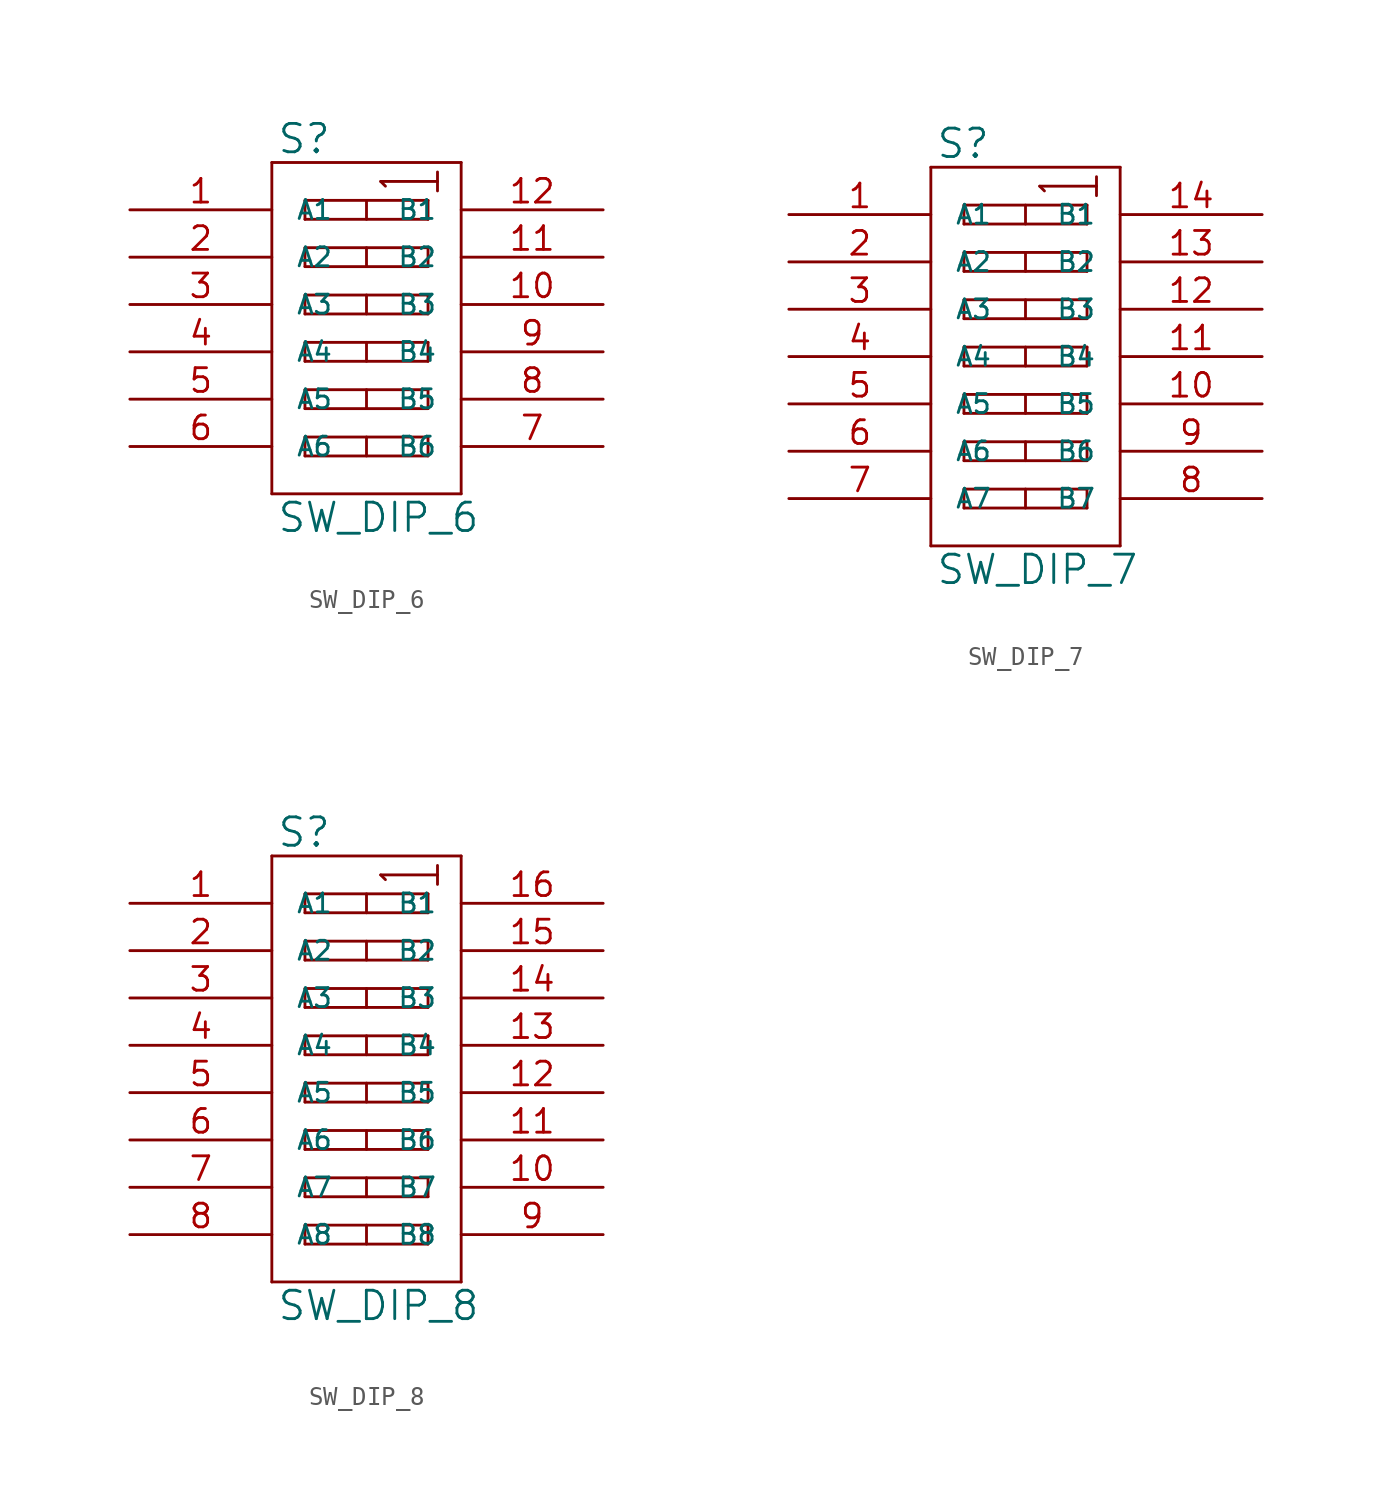
<source format=kicad_sym>
(kicad_symbol_lib
  (version 20231120)
  (generator "kicad_symbol_editor")
  (generator_version "8.0")
  (symbol "SW_DIP_6"
    (pin_names
      (offset 1.27))
    (property "Reference" "S"
      (at 0.254 0.381 0)
      (effects (font (size 1.524 1.524)) (justify left bottom)))
    (property "Value" "SW_DIP_6"
      (at 0.254 -18.161 0)
      (effects (font (size 1.524 1.524)) (justify left top)))
    (symbol "SW_DIP_6_0_1"
      (polyline (pts (xy 0 -17.78) (xy 10.16 -17.78)) (stroke (width 0) (type solid)) (fill (type none)))
      (polyline (pts (xy 0 0) (xy 0 -17.78)) (stroke (width 0) (type solid)) (fill (type none)))
      (polyline (pts (xy 1.778 -15.748) (xy 1.778 -14.732)) (stroke (width 0) (type solid)) (fill (type none)))
      (polyline (pts (xy 1.778 -14.732) (xy 8.382 -14.732)) (stroke (width 0) (type solid)) (fill (type none)))
      (polyline (pts (xy 1.778 -13.208) (xy 1.778 -12.192)) (stroke (width 0) (type solid)) (fill (type none)))
      (polyline (pts (xy 1.778 -12.192) (xy 8.382 -12.192)) (stroke (width 0) (type solid)) (fill (type none)))
      (polyline (pts (xy 1.778 -10.668) (xy 1.778 -9.652)) (stroke (width 0) (type solid)) (fill (type none)))
      (polyline (pts (xy 1.778 -9.652) (xy 8.382 -9.652)) (stroke (width 0) (type solid)) (fill (type none)))
      (polyline (pts (xy 1.778 -8.128) (xy 1.778 -7.112)) (stroke (width 0) (type solid)) (fill (type none)))
      (polyline (pts (xy 1.778 -7.112) (xy 8.382 -7.112)) (stroke (width 0) (type solid)) (fill (type none)))
      (polyline (pts (xy 1.778 -5.588) (xy 1.778 -4.572)) (stroke (width 0) (type solid)) (fill (type none)))
      (polyline (pts (xy 1.778 -4.572) (xy 8.382 -4.572)) (stroke (width 0) (type solid)) (fill (type none)))
      (polyline (pts (xy 1.778 -3.048) (xy 1.778 -2.032)) (stroke (width 0) (type solid)) (fill (type none)))
      (polyline (pts (xy 1.778 -2.032) (xy 8.382 -2.032)) (stroke (width 0) (type solid)) (fill (type none)))
      (polyline (pts (xy 5.08 -14.732) (xy 5.08 -15.748)) (stroke (width 0) (type solid)) (fill (type none)))
      (polyline (pts (xy 5.08 -12.192) (xy 5.08 -13.208)) (stroke (width 0) (type solid)) (fill (type none)))
      (polyline (pts (xy 5.08 -9.652) (xy 5.08 -10.668)) (stroke (width 0) (type solid)) (fill (type none)))
      (polyline (pts (xy 5.08 -7.112) (xy 5.08 -8.128)) (stroke (width 0) (type solid)) (fill (type none)))
      (polyline (pts (xy 5.08 -4.572) (xy 5.08 -5.588)) (stroke (width 0) (type solid)) (fill (type none)))
      (polyline (pts (xy 5.08 -2.032) (xy 5.08 -3.048)) (stroke (width 0) (type solid)) (fill (type none)))
      (polyline (pts (xy 5.842 -1.016) (xy 8.89 -1.016)) (stroke (width 0) (type solid)) (fill (type none)))
      (polyline (pts (xy 6.096 -1.27) (xy 5.842 -1.016)) (stroke (width 0) (type solid)) (fill (type none)))
      (polyline (pts (xy 8.382 -15.748) (xy 1.778 -15.748)) (stroke (width 0) (type solid)) (fill (type none)))
      (polyline (pts (xy 8.382 -14.732) (xy 8.382 -15.748)) (stroke (width 0) (type solid)) (fill (type none)))
      (polyline (pts (xy 8.382 -13.208) (xy 1.778 -13.208)) (stroke (width 0) (type solid)) (fill (type none)))
      (polyline (pts (xy 8.382 -12.192) (xy 8.382 -13.208)) (stroke (width 0) (type solid)) (fill (type none)))
      (polyline (pts (xy 8.382 -10.668) (xy 1.778 -10.668)) (stroke (width 0) (type solid)) (fill (type none)))
      (polyline (pts (xy 8.382 -9.652) (xy 8.382 -10.668)) (stroke (width 0) (type solid)) (fill (type none)))
      (polyline (pts (xy 8.382 -8.128) (xy 1.778 -8.128)) (stroke (width 0) (type solid)) (fill (type none)))
      (polyline (pts (xy 8.382 -7.112) (xy 8.382 -8.128)) (stroke (width 0) (type solid)) (fill (type none)))
      (polyline (pts (xy 8.382 -5.588) (xy 1.778 -5.588)) (stroke (width 0) (type solid)) (fill (type none)))
      (polyline (pts (xy 8.382 -4.572) (xy 8.382 -5.588)) (stroke (width 0) (type solid)) (fill (type none)))
      (polyline (pts (xy 8.382 -3.048) (xy 1.778 -3.048)) (stroke (width 0) (type solid)) (fill (type none)))
      (polyline (pts (xy 8.382 -2.032) (xy 8.382 -3.048)) (stroke (width 0) (type solid)) (fill (type none)))
      (polyline (pts (xy 8.89 -0.508) (xy 8.89 -1.524)) (stroke (width 0) (type solid)) (fill (type none)))
      (polyline (pts (xy 10.16 -17.78) (xy 10.16 0)) (stroke (width 0) (type solid)) (fill (type none)))
      (polyline (pts (xy 10.16 0) (xy 0 0)) (stroke (width 0) (type solid)) (fill (type none))))
    (symbol "SW_DIP_6_1_1"
      (pin passive line (at -7.62 -2.54 0) (length 7.62) (name "A1" (effects (font (size 1.016 1.016)))) (number "1" (effects (font (size 1.27 1.27)))))
      (pin passive line (at 17.78 -7.62 180) (length 7.62) (name "B3" (effects (font (size 1.016 1.016)))) (number "10" (effects (font (size 1.27 1.27)))))
      (pin passive line (at 17.78 -5.08 180) (length 7.62) (name "B2" (effects (font (size 1.016 1.016)))) (number "11" (effects (font (size 1.27 1.27)))))
      (pin passive line (at 17.78 -2.54 180) (length 7.62) (name "B1" (effects (font (size 1.016 1.016)))) (number "12" (effects (font (size 1.27 1.27)))))
      (pin passive line (at -7.62 -5.08 0) (length 7.62) (name "A2" (effects (font (size 1.016 1.016)))) (number "2" (effects (font (size 1.27 1.27)))))
      (pin passive line (at -7.62 -7.62 0) (length 7.62) (name "A3" (effects (font (size 1.016 1.016)))) (number "3" (effects (font (size 1.27 1.27)))))
      (pin passive line (at -7.62 -10.16 0) (length 7.62) (name "A4" (effects (font (size 1.016 1.016)))) (number "4" (effects (font (size 1.27 1.27)))))
      (pin passive line (at -7.62 -12.7 0) (length 7.62) (name "A5" (effects (font (size 1.016 1.016)))) (number "5" (effects (font (size 1.27 1.27)))))
      (pin passive line (at -7.62 -15.24 0) (length 7.62) (name "A6" (effects (font (size 1.016 1.016)))) (number "6" (effects (font (size 1.27 1.27)))))
      (pin passive line (at 17.78 -15.24 180) (length 7.62) (name "B6" (effects (font (size 1.016 1.016)))) (number "7" (effects (font (size 1.27 1.27)))))
      (pin passive line (at 17.78 -12.7 180) (length 7.62) (name "B5" (effects (font (size 1.016 1.016)))) (number "8" (effects (font (size 1.27 1.27)))))
      (pin passive line (at 17.78 -10.16 180) (length 7.62) (name "B4" (effects (font (size 1.016 1.016)))) (number "9" (effects (font (size 1.27 1.27)))))))
  (symbol "SW_DIP_7"
    (pin_names
      (offset 1.27))
    (property "Reference" "S"
      (at 0.254 0.381 0)
      (effects (font (size 1.524 1.524)) (justify left bottom)))
    (property "Value" "SW_DIP_7"
      (at 0.254 -20.701 0)
      (effects (font (size 1.524 1.524)) (justify left top)))
    (symbol "SW_DIP_7_0_1"
      (polyline (pts (xy 0 -20.32) (xy 10.16 -20.32)) (stroke (width 0) (type solid)) (fill (type none)))
      (polyline (pts (xy 0 0) (xy 0 -20.32)) (stroke (width 0) (type solid)) (fill (type none)))
      (polyline (pts (xy 1.778 -18.288) (xy 1.778 -17.272)) (stroke (width 0) (type solid)) (fill (type none)))
      (polyline (pts (xy 1.778 -17.272) (xy 8.382 -17.272)) (stroke (width 0) (type solid)) (fill (type none)))
      (polyline (pts (xy 1.778 -15.748) (xy 1.778 -14.732)) (stroke (width 0) (type solid)) (fill (type none)))
      (polyline (pts (xy 1.778 -14.732) (xy 8.382 -14.732)) (stroke (width 0) (type solid)) (fill (type none)))
      (polyline (pts (xy 1.778 -13.208) (xy 1.778 -12.192)) (stroke (width 0) (type solid)) (fill (type none)))
      (polyline (pts (xy 1.778 -12.192) (xy 8.382 -12.192)) (stroke (width 0) (type solid)) (fill (type none)))
      (polyline (pts (xy 1.778 -10.668) (xy 1.778 -9.652)) (stroke (width 0) (type solid)) (fill (type none)))
      (polyline (pts (xy 1.778 -9.652) (xy 8.382 -9.652)) (stroke (width 0) (type solid)) (fill (type none)))
      (polyline (pts (xy 1.778 -8.128) (xy 1.778 -7.112)) (stroke (width 0) (type solid)) (fill (type none)))
      (polyline (pts (xy 1.778 -7.112) (xy 8.382 -7.112)) (stroke (width 0) (type solid)) (fill (type none)))
      (polyline (pts (xy 1.778 -5.588) (xy 1.778 -4.572)) (stroke (width 0) (type solid)) (fill (type none)))
      (polyline (pts (xy 1.778 -4.572) (xy 8.382 -4.572)) (stroke (width 0) (type solid)) (fill (type none)))
      (polyline (pts (xy 1.778 -3.048) (xy 1.778 -2.032)) (stroke (width 0) (type solid)) (fill (type none)))
      (polyline (pts (xy 1.778 -2.032) (xy 8.382 -2.032)) (stroke (width 0) (type solid)) (fill (type none)))
      (polyline (pts (xy 5.08 -17.272) (xy 5.08 -18.288)) (stroke (width 0) (type solid)) (fill (type none)))
      (polyline (pts (xy 5.08 -14.732) (xy 5.08 -15.748)) (stroke (width 0) (type solid)) (fill (type none)))
      (polyline (pts (xy 5.08 -12.192) (xy 5.08 -13.208)) (stroke (width 0) (type solid)) (fill (type none)))
      (polyline (pts (xy 5.08 -9.652) (xy 5.08 -10.668)) (stroke (width 0) (type solid)) (fill (type none)))
      (polyline (pts (xy 5.08 -7.112) (xy 5.08 -8.128)) (stroke (width 0) (type solid)) (fill (type none)))
      (polyline (pts (xy 5.08 -4.572) (xy 5.08 -5.588)) (stroke (width 0) (type solid)) (fill (type none)))
      (polyline (pts (xy 5.08 -2.032) (xy 5.08 -3.048)) (stroke (width 0) (type solid)) (fill (type none)))
      (polyline (pts (xy 5.842 -1.016) (xy 8.89 -1.016)) (stroke (width 0) (type solid)) (fill (type none)))
      (polyline (pts (xy 6.096 -1.27) (xy 5.842 -1.016)) (stroke (width 0) (type solid)) (fill (type none)))
      (polyline (pts (xy 8.382 -18.288) (xy 1.778 -18.288)) (stroke (width 0) (type solid)) (fill (type none)))
      (polyline (pts (xy 8.382 -17.272) (xy 8.382 -18.288)) (stroke (width 0) (type solid)) (fill (type none)))
      (polyline (pts (xy 8.382 -15.748) (xy 1.778 -15.748)) (stroke (width 0) (type solid)) (fill (type none)))
      (polyline (pts (xy 8.382 -14.732) (xy 8.382 -15.748)) (stroke (width 0) (type solid)) (fill (type none)))
      (polyline (pts (xy 8.382 -13.208) (xy 1.778 -13.208)) (stroke (width 0) (type solid)) (fill (type none)))
      (polyline (pts (xy 8.382 -12.192) (xy 8.382 -13.208)) (stroke (width 0) (type solid)) (fill (type none)))
      (polyline (pts (xy 8.382 -10.668) (xy 1.778 -10.668)) (stroke (width 0) (type solid)) (fill (type none)))
      (polyline (pts (xy 8.382 -9.652) (xy 8.382 -10.668)) (stroke (width 0) (type solid)) (fill (type none)))
      (polyline (pts (xy 8.382 -8.128) (xy 1.778 -8.128)) (stroke (width 0) (type solid)) (fill (type none)))
      (polyline (pts (xy 8.382 -7.112) (xy 8.382 -8.128)) (stroke (width 0) (type solid)) (fill (type none)))
      (polyline (pts (xy 8.382 -5.588) (xy 1.778 -5.588)) (stroke (width 0) (type solid)) (fill (type none)))
      (polyline (pts (xy 8.382 -4.572) (xy 8.382 -5.588)) (stroke (width 0) (type solid)) (fill (type none)))
      (polyline (pts (xy 8.382 -3.048) (xy 1.778 -3.048)) (stroke (width 0) (type solid)) (fill (type none)))
      (polyline (pts (xy 8.382 -2.032) (xy 8.382 -3.048)) (stroke (width 0) (type solid)) (fill (type none)))
      (polyline (pts (xy 8.89 -0.508) (xy 8.89 -1.524)) (stroke (width 0) (type solid)) (fill (type none)))
      (polyline (pts (xy 10.16 -20.32) (xy 10.16 0)) (stroke (width 0) (type solid)) (fill (type none)))
      (polyline (pts (xy 10.16 0) (xy 0 0)) (stroke (width 0) (type solid)) (fill (type none))))
    (symbol "SW_DIP_7_1_1"
      (pin passive line (at -7.62 -2.54 0) (length 7.62) (name "A1" (effects (font (size 1.016 1.016)))) (number "1" (effects (font (size 1.27 1.27)))))
      (pin passive line (at 17.78 -12.7 180) (length 7.62) (name "B5" (effects (font (size 1.016 1.016)))) (number "10" (effects (font (size 1.27 1.27)))))
      (pin passive line (at 17.78 -10.16 180) (length 7.62) (name "B4" (effects (font (size 1.016 1.016)))) (number "11" (effects (font (size 1.27 1.27)))))
      (pin passive line (at 17.78 -7.62 180) (length 7.62) (name "B3" (effects (font (size 1.016 1.016)))) (number "12" (effects (font (size 1.27 1.27)))))
      (pin passive line (at 17.78 -5.08 180) (length 7.62) (name "B2" (effects (font (size 1.016 1.016)))) (number "13" (effects (font (size 1.27 1.27)))))
      (pin passive line (at 17.78 -2.54 180) (length 7.62) (name "B1" (effects (font (size 1.016 1.016)))) (number "14" (effects (font (size 1.27 1.27)))))
      (pin passive line (at -7.62 -5.08 0) (length 7.62) (name "A2" (effects (font (size 1.016 1.016)))) (number "2" (effects (font (size 1.27 1.27)))))
      (pin passive line (at -7.62 -7.62 0) (length 7.62) (name "A3" (effects (font (size 1.016 1.016)))) (number "3" (effects (font (size 1.27 1.27)))))
      (pin passive line (at -7.62 -10.16 0) (length 7.62) (name "A4" (effects (font (size 1.016 1.016)))) (number "4" (effects (font (size 1.27 1.27)))))
      (pin passive line (at -7.62 -12.7 0) (length 7.62) (name "A5" (effects (font (size 1.016 1.016)))) (number "5" (effects (font (size 1.27 1.27)))))
      (pin passive line (at -7.62 -15.24 0) (length 7.62) (name "A6" (effects (font (size 1.016 1.016)))) (number "6" (effects (font (size 1.27 1.27)))))
      (pin passive line (at -7.62 -17.78 0) (length 7.62) (name "A7" (effects (font (size 1.016 1.016)))) (number "7" (effects (font (size 1.27 1.27)))))
      (pin passive line (at 17.78 -17.78 180) (length 7.62) (name "B7" (effects (font (size 1.016 1.016)))) (number "8" (effects (font (size 1.27 1.27)))))
      (pin passive line (at 17.78 -15.24 180) (length 7.62) (name "B6" (effects (font (size 1.016 1.016)))) (number "9" (effects (font (size 1.27 1.27)))))))
  (symbol "SW_DIP_8"
    (pin_names
      (offset 1.27))
    (property "Reference" "S"
      (at 0.254 0.381 0)
      (effects (font (size 1.524 1.524)) (justify left bottom)))
    (property "Value" "SW_DIP_8"
      (at 0.254 -23.241 0)
      (effects (font (size 1.524 1.524)) (justify left top)))
    (symbol "SW_DIP_8_0_1"
      (polyline (pts (xy 0 -22.86) (xy 10.16 -22.86)) (stroke (width 0) (type solid)) (fill (type none)))
      (polyline (pts (xy 0 0) (xy 0 -22.86)) (stroke (width 0) (type solid)) (fill (type none)))
      (polyline (pts (xy 1.778 -20.828) (xy 1.778 -19.812)) (stroke (width 0) (type solid)) (fill (type none)))
      (polyline (pts (xy 1.778 -19.812) (xy 8.382 -19.812)) (stroke (width 0) (type solid)) (fill (type none)))
      (polyline (pts (xy 1.778 -18.288) (xy 1.778 -17.272)) (stroke (width 0) (type solid)) (fill (type none)))
      (polyline (pts (xy 1.778 -17.272) (xy 8.382 -17.272)) (stroke (width 0) (type solid)) (fill (type none)))
      (polyline (pts (xy 1.778 -15.748) (xy 1.778 -14.732)) (stroke (width 0) (type solid)) (fill (type none)))
      (polyline (pts (xy 1.778 -14.732) (xy 8.382 -14.732)) (stroke (width 0) (type solid)) (fill (type none)))
      (polyline (pts (xy 1.778 -13.208) (xy 1.778 -12.192)) (stroke (width 0) (type solid)) (fill (type none)))
      (polyline (pts (xy 1.778 -12.192) (xy 8.382 -12.192)) (stroke (width 0) (type solid)) (fill (type none)))
      (polyline (pts (xy 1.778 -10.668) (xy 1.778 -9.652)) (stroke (width 0) (type solid)) (fill (type none)))
      (polyline (pts (xy 1.778 -9.652) (xy 8.382 -9.652)) (stroke (width 0) (type solid)) (fill (type none)))
      (polyline (pts (xy 1.778 -8.128) (xy 1.778 -7.112)) (stroke (width 0) (type solid)) (fill (type none)))
      (polyline (pts (xy 1.778 -7.112) (xy 8.382 -7.112)) (stroke (width 0) (type solid)) (fill (type none)))
      (polyline (pts (xy 1.778 -5.588) (xy 1.778 -4.572)) (stroke (width 0) (type solid)) (fill (type none)))
      (polyline (pts (xy 1.778 -4.572) (xy 8.382 -4.572)) (stroke (width 0) (type solid)) (fill (type none)))
      (polyline (pts (xy 1.778 -3.048) (xy 1.778 -2.032)) (stroke (width 0) (type solid)) (fill (type none)))
      (polyline (pts (xy 1.778 -2.032) (xy 8.382 -2.032)) (stroke (width 0) (type solid)) (fill (type none)))
      (polyline (pts (xy 5.08 -19.812) (xy 5.08 -20.828)) (stroke (width 0) (type solid)) (fill (type none)))
      (polyline (pts (xy 5.08 -17.272) (xy 5.08 -18.288)) (stroke (width 0) (type solid)) (fill (type none)))
      (polyline (pts (xy 5.08 -14.732) (xy 5.08 -15.748)) (stroke (width 0) (type solid)) (fill (type none)))
      (polyline (pts (xy 5.08 -12.192) (xy 5.08 -13.208)) (stroke (width 0) (type solid)) (fill (type none)))
      (polyline (pts (xy 5.08 -9.652) (xy 5.08 -10.668)) (stroke (width 0) (type solid)) (fill (type none)))
      (polyline (pts (xy 5.08 -7.112) (xy 5.08 -8.128)) (stroke (width 0) (type solid)) (fill (type none)))
      (polyline (pts (xy 5.08 -4.572) (xy 5.08 -5.588)) (stroke (width 0) (type solid)) (fill (type none)))
      (polyline (pts (xy 5.08 -2.032) (xy 5.08 -3.048)) (stroke (width 0) (type solid)) (fill (type none)))
      (polyline (pts (xy 5.842 -1.016) (xy 8.89 -1.016)) (stroke (width 0) (type solid)) (fill (type none)))
      (polyline (pts (xy 6.096 -1.27) (xy 5.842 -1.016)) (stroke (width 0) (type solid)) (fill (type none)))
      (polyline (pts (xy 8.382 -20.828) (xy 1.778 -20.828)) (stroke (width 0) (type solid)) (fill (type none)))
      (polyline (pts (xy 8.382 -19.812) (xy 8.382 -20.828)) (stroke (width 0) (type solid)) (fill (type none)))
      (polyline (pts (xy 8.382 -18.288) (xy 1.778 -18.288)) (stroke (width 0) (type solid)) (fill (type none)))
      (polyline (pts (xy 8.382 -17.272) (xy 8.382 -18.288)) (stroke (width 0) (type solid)) (fill (type none)))
      (polyline (pts (xy 8.382 -15.748) (xy 1.778 -15.748)) (stroke (width 0) (type solid)) (fill (type none)))
      (polyline (pts (xy 8.382 -14.732) (xy 8.382 -15.748)) (stroke (width 0) (type solid)) (fill (type none)))
      (polyline (pts (xy 8.382 -13.208) (xy 1.778 -13.208)) (stroke (width 0) (type solid)) (fill (type none)))
      (polyline (pts (xy 8.382 -12.192) (xy 8.382 -13.208)) (stroke (width 0) (type solid)) (fill (type none)))
      (polyline (pts (xy 8.382 -10.668) (xy 1.778 -10.668)) (stroke (width 0) (type solid)) (fill (type none)))
      (polyline (pts (xy 8.382 -9.652) (xy 8.382 -10.668)) (stroke (width 0) (type solid)) (fill (type none)))
      (polyline (pts (xy 8.382 -8.128) (xy 1.778 -8.128)) (stroke (width 0) (type solid)) (fill (type none)))
      (polyline (pts (xy 8.382 -7.112) (xy 8.382 -8.128)) (stroke (width 0) (type solid)) (fill (type none)))
      (polyline (pts (xy 8.382 -5.588) (xy 1.778 -5.588)) (stroke (width 0) (type solid)) (fill (type none)))
      (polyline (pts (xy 8.382 -4.572) (xy 8.382 -5.588)) (stroke (width 0) (type solid)) (fill (type none)))
      (polyline (pts (xy 8.382 -3.048) (xy 1.778 -3.048)) (stroke (width 0) (type solid)) (fill (type none)))
      (polyline (pts (xy 8.382 -2.032) (xy 8.382 -3.048)) (stroke (width 0) (type solid)) (fill (type none)))
      (polyline (pts (xy 8.89 -0.508) (xy 8.89 -1.524)) (stroke (width 0) (type solid)) (fill (type none)))
      (polyline (pts (xy 10.16 -22.86) (xy 10.16 0)) (stroke (width 0) (type solid)) (fill (type none)))
      (polyline (pts (xy 10.16 0) (xy 0 0)) (stroke (width 0) (type solid)) (fill (type none))))
    (symbol "SW_DIP_8_1_1"
      (pin passive line (at -7.62 -2.54 0) (length 7.62) (name "A1" (effects (font (size 1.016 1.016)))) (number "1" (effects (font (size 1.27 1.27)))))
      (pin passive line (at 17.78 -17.78 180) (length 7.62) (name "B7" (effects (font (size 1.016 1.016)))) (number "10" (effects (font (size 1.27 1.27)))))
      (pin passive line (at 17.78 -15.24 180) (length 7.62) (name "B6" (effects (font (size 1.016 1.016)))) (number "11" (effects (font (size 1.27 1.27)))))
      (pin passive line (at 17.78 -12.7 180) (length 7.62) (name "B5" (effects (font (size 1.016 1.016)))) (number "12" (effects (font (size 1.27 1.27)))))
      (pin passive line (at 17.78 -10.16 180) (length 7.62) (name "B4" (effects (font (size 1.016 1.016)))) (number "13" (effects (font (size 1.27 1.27)))))
      (pin passive line (at 17.78 -7.62 180) (length 7.62) (name "B3" (effects (font (size 1.016 1.016)))) (number "14" (effects (font (size 1.27 1.27)))))
      (pin passive line (at 17.78 -5.08 180) (length 7.62) (name "B2" (effects (font (size 1.016 1.016)))) (number "15" (effects (font (size 1.27 1.27)))))
      (pin passive line (at 17.78 -2.54 180) (length 7.62) (name "B1" (effects (font (size 1.016 1.016)))) (number "16" (effects (font (size 1.27 1.27)))))
      (pin passive line (at -7.62 -5.08 0) (length 7.62) (name "A2" (effects (font (size 1.016 1.016)))) (number "2" (effects (font (size 1.27 1.27)))))
      (pin passive line (at -7.62 -7.62 0) (length 7.62) (name "A3" (effects (font (size 1.016 1.016)))) (number "3" (effects (font (size 1.27 1.27)))))
      (pin passive line (at -7.62 -10.16 0) (length 7.62) (name "A4" (effects (font (size 1.016 1.016)))) (number "4" (effects (font (size 1.27 1.27)))))
      (pin passive line (at -7.62 -12.7 0) (length 7.62) (name "A5" (effects (font (size 1.016 1.016)))) (number "5" (effects (font (size 1.27 1.27)))))
      (pin passive line (at -7.62 -15.24 0) (length 7.62) (name "A6" (effects (font (size 1.016 1.016)))) (number "6" (effects (font (size 1.27 1.27)))))
      (pin passive line (at -7.62 -17.78 0) (length 7.62) (name "A7" (effects (font (size 1.016 1.016)))) (number "7" (effects (font (size 1.27 1.27)))))
      (pin passive line (at -7.62 -20.32 0) (length 7.62) (name "A8" (effects (font (size 1.016 1.016)))) (number "8" (effects (font (size 1.27 1.27)))))
      (pin passive line (at 17.78 -20.32 180) (length 7.62) (name "B8" (effects (font (size 1.016 1.016)))) (number "9" (effects (font (size 1.27 1.27))))))))
</source>
